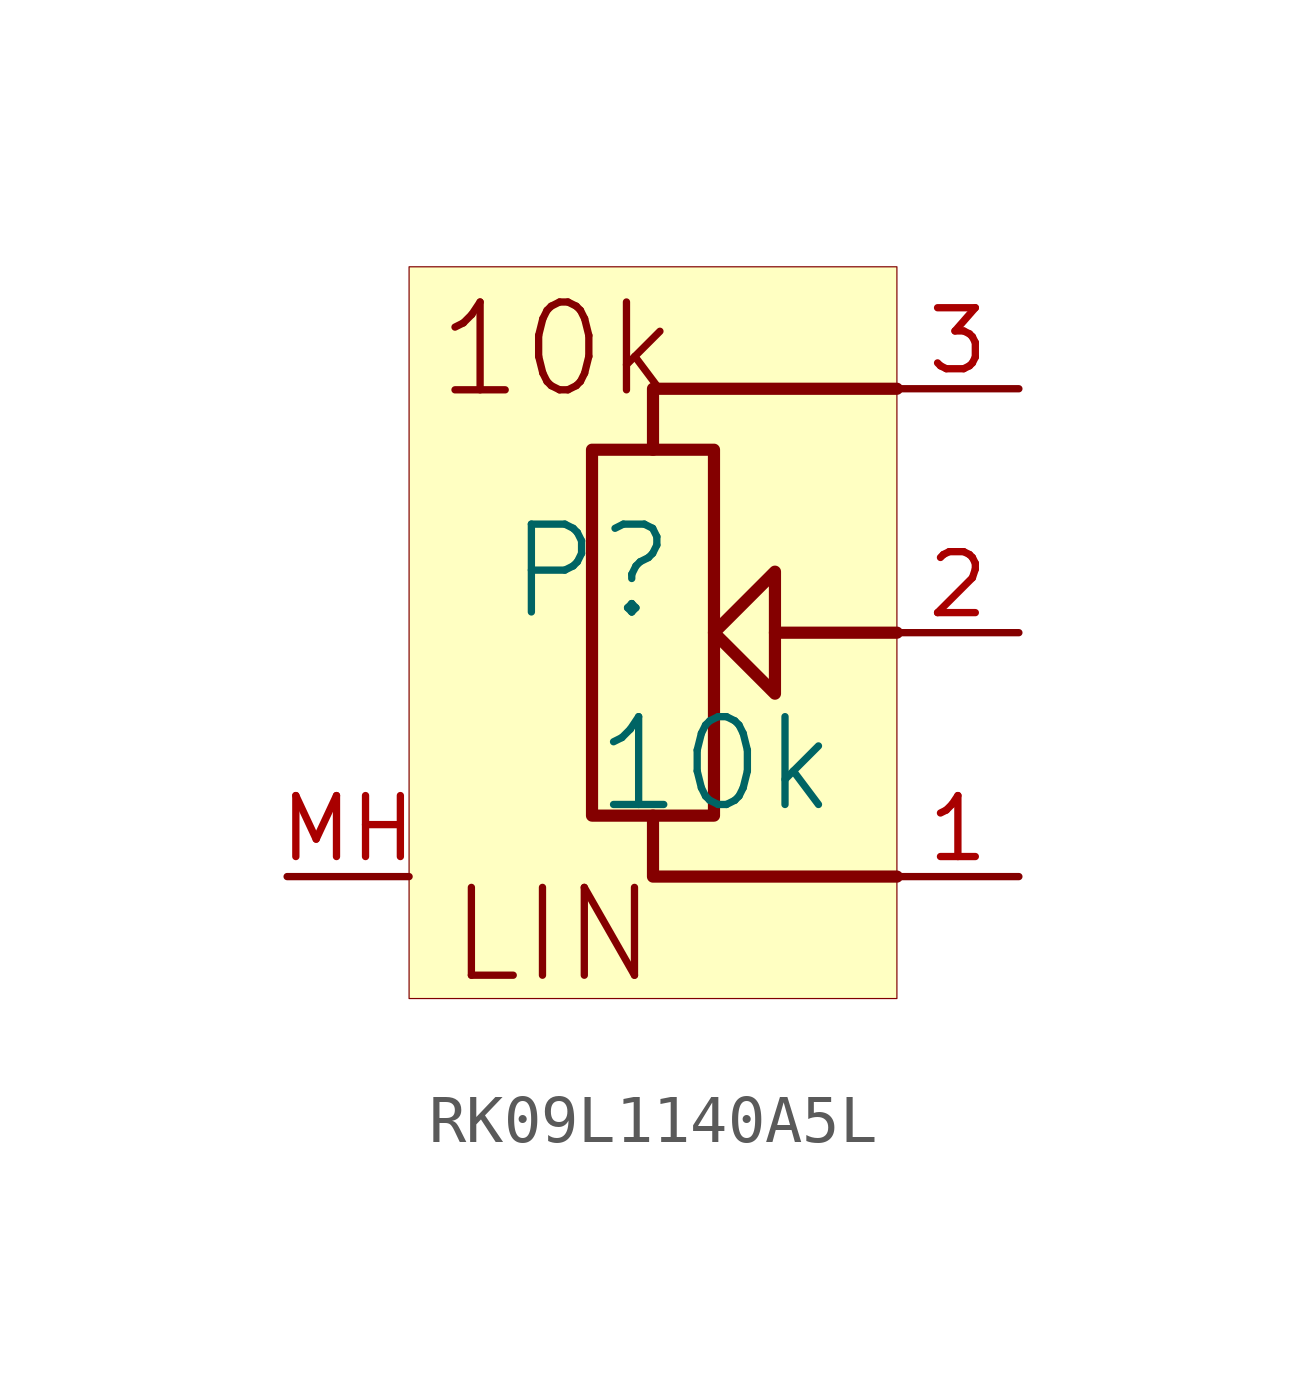
<source format=kicad_sym>
(kicad_symbol_lib
  (version 20231120)
  (generator "kicad_symbol_editor")
  (generator_version "8.0")
  (symbol "RK09L1140A5L"
    (property "Reference" "P"
      (at -1.27 1.27 0)
      (effects (font (size 1.829 1.829))))
    (property "Value" "10k"
      (at -1.27 -3.81 0)
      (effects (font (size 1.829 1.829)) (justify left bottom)))
    (symbol "RK09L1140A5L_1_0"
      (polyline (pts (xy 5.08 0) (xy 2.54 0)) (stroke (width 0.254) (type solid)) (fill (type none)))
      (polyline (pts (xy 5.08 -5.08) (xy 0 -5.08) (xy 0 -3.81)) (stroke (width 0.254) (type solid)) (fill (type none)))
      (polyline (pts (xy 5.08 5.08) (xy 0 5.08) (xy 0 3.81)) (stroke (width 0.254) (type solid)) (fill (type none)))
      (polyline (pts (xy -1.27 3.81) (xy 1.27 3.81) (xy 1.27 -3.81) (xy -1.27 -3.81) (xy -1.27 3.81)) (stroke (width 0.254) (type solid)) (fill (type none)))
      (polyline (pts (xy 2.54 0) (xy 2.54 1.27) (xy 1.27 0) (xy 2.54 -1.27) (xy 2.54 0)) (stroke (width 0.254) (type solid)) (fill (type none)))
      (rectangle (start 5.08 7.62) (end -5.08 -7.62) (stroke (width 0.025) (type solid) (color 128 0 0 1)) (fill (type background)))
      (text "10k" (at -4.572 4.826 0) (effects (font (size 1.829 1.829)) (justify left bottom)))
      (text "LIN" (at -4.318 -7.366 0) (effects (font (size 1.829 1.829)) (justify left bottom)))
      (pin passive line (at 7.62 -5.08 180) (length 2.54) (name "1" (effects (font (size 0 0)))) (number "1" (effects (font (size 1.27 1.27)))))
      (pin passive line (at 7.62 0 180) (length 2.54) (name "2" (effects (font (size 0 0)))) (number "2" (effects (font (size 1.27 1.27)))))
      (pin passive line (at 7.62 5.08 180) (length 2.54) (name "3" (effects (font (size 0 0)))) (number "3" (effects (font (size 1.27 1.27)))))
      (pin passive line (at -7.62 -5.08 0) (length 2.54) (name "MH" (effects (font (size 0 0)))) (number "MH" (effects (font (size 1.27 1.27))))))))
</source>
